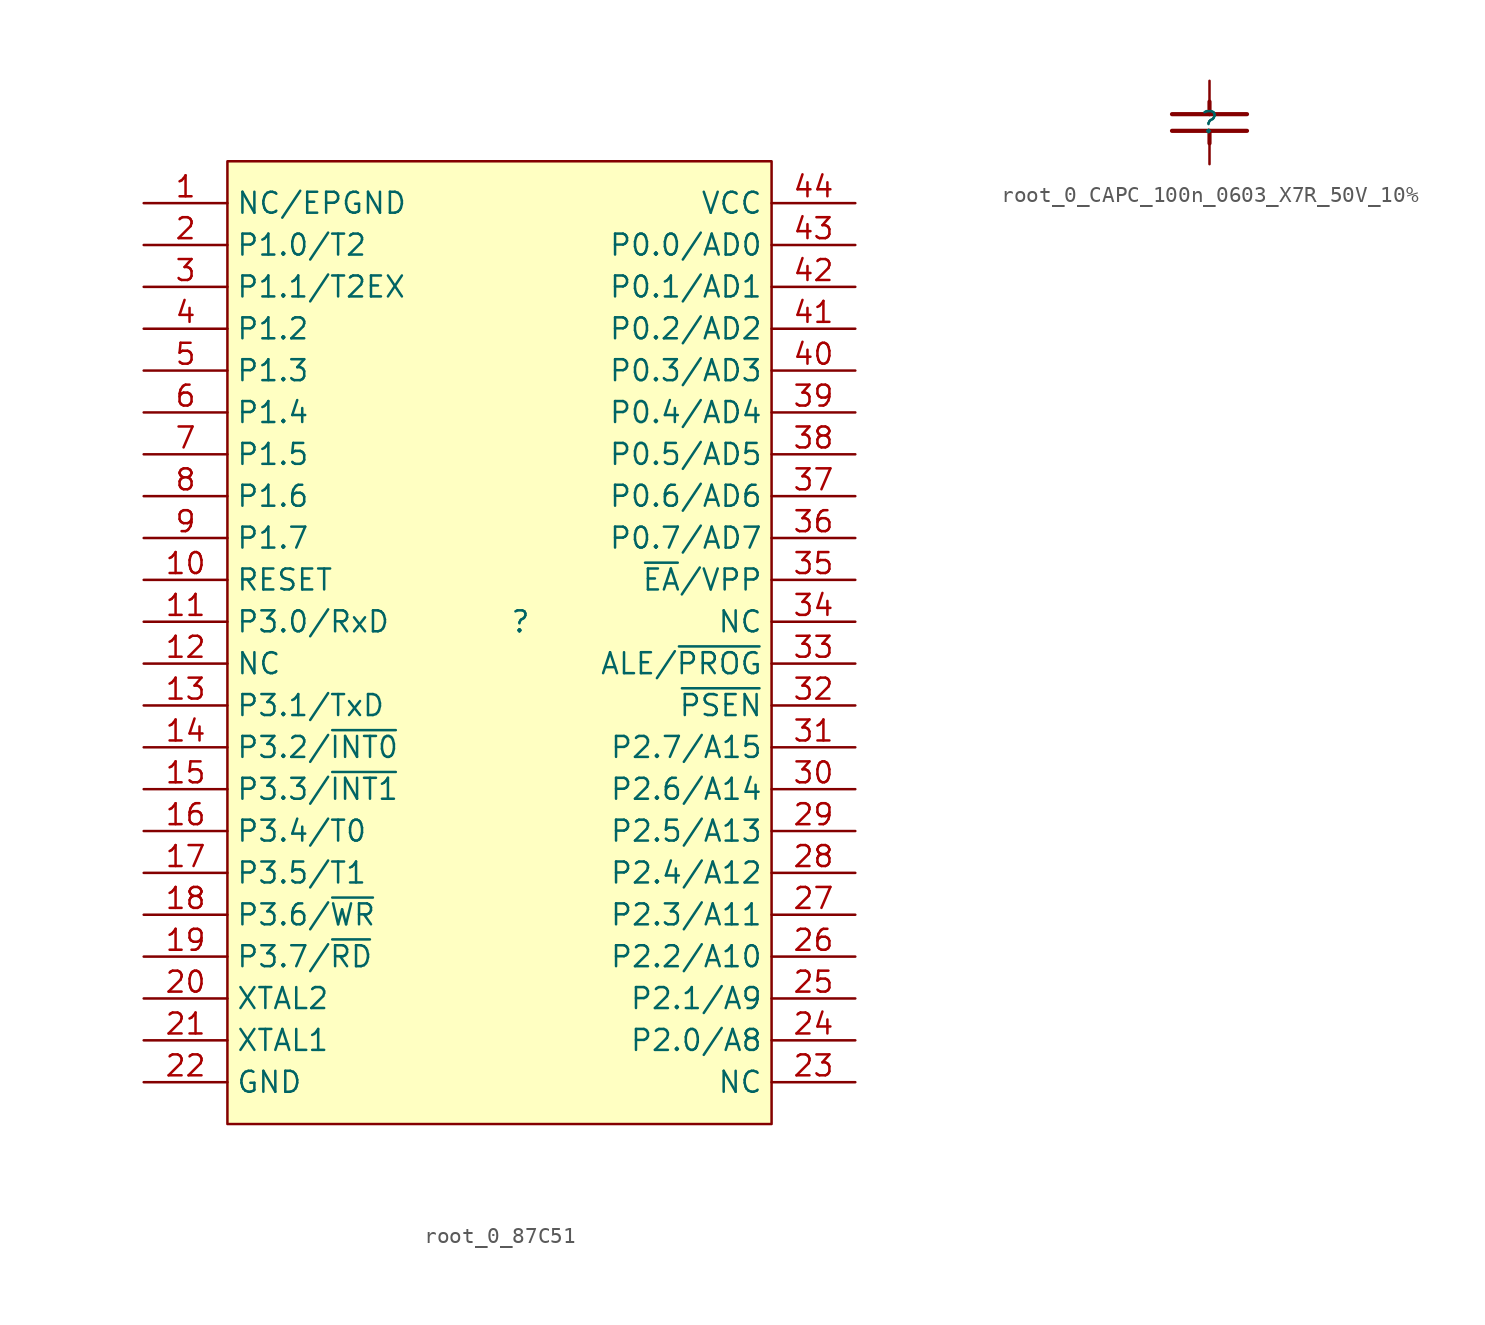
<source format=kicad_sym>
(kicad_symbol_lib
  (version 20220914)
  (generator kicad_symbol_editor)
  (symbol "root_0_87C51"
    (property "Reference" ""
      (at 0 0 0)
      (effects (font (size 1.27 1.27))))
    (property "Value" ""
      (at 0 0 0)
      (effects (font (size 1.27 1.27))))
    (symbol "root_0_87C51_1_0"
      (rectangle (start 15.24 27.94) (end -17.78 -30.48) (stroke (width 0) (type solid)) (fill (type background)))
      (pin passive line (at -22.86 25.4 0) (length 5.08) (name "NC/EPGND" (effects (font (size 1.27 1.27)))) (number "1" (effects (font (size 1.27 1.27)))))
      (pin input line (at -22.86 2.54 0) (length 5.08) (name "RESET" (effects (font (size 1.27 1.27)))) (number "10" (effects (font (size 1.27 1.27)))))
      (pin bidirectional line (at -22.86 0 0) (length 5.08) (name "P3.0/RxD" (effects (font (size 1.27 1.27)))) (number "11" (effects (font (size 1.27 1.27)))))
      (pin tri_state line (at -22.86 -2.54 0) (length 5.08) (name "NC" (effects (font (size 1.27 1.27)))) (number "12" (effects (font (size 1.27 1.27)))))
      (pin bidirectional line (at -22.86 -5.08 0) (length 5.08) (name "P3.1/TxD" (effects (font (size 1.27 1.27)))) (number "13" (effects (font (size 1.27 1.27)))))
      (pin bidirectional line (at -22.86 -7.62 0) (length 5.08) (name "P3.2/~{INT0}" (effects (font (size 1.27 1.27)))) (number "14" (effects (font (size 1.27 1.27)))))
      (pin bidirectional line (at -22.86 -10.16 0) (length 5.08) (name "P3.3/~{INT1}" (effects (font (size 1.27 1.27)))) (number "15" (effects (font (size 1.27 1.27)))))
      (pin bidirectional line (at -22.86 -12.7 0) (length 5.08) (name "P3.4/T0" (effects (font (size 1.27 1.27)))) (number "16" (effects (font (size 1.27 1.27)))))
      (pin bidirectional line (at -22.86 -15.24 0) (length 5.08) (name "P3.5/T1" (effects (font (size 1.27 1.27)))) (number "17" (effects (font (size 1.27 1.27)))))
      (pin bidirectional line (at -22.86 -17.78 0) (length 5.08) (name "P3.6/~{WR}" (effects (font (size 1.27 1.27)))) (number "18" (effects (font (size 1.27 1.27)))))
      (pin bidirectional line (at -22.86 -20.32 0) (length 5.08) (name "P3.7/~{RD}" (effects (font (size 1.27 1.27)))) (number "19" (effects (font (size 1.27 1.27)))))
      (pin bidirectional line (at -22.86 22.86 0) (length 5.08) (name "P1.0/T2" (effects (font (size 1.27 1.27)))) (number "2" (effects (font (size 1.27 1.27)))))
      (pin output line (at -22.86 -22.86 0) (length 5.08) (name "XTAL2" (effects (font (size 1.27 1.27)))) (number "20" (effects (font (size 1.27 1.27)))))
      (pin input line (at -22.86 -25.4 0) (length 5.08) (name "XTAL1" (effects (font (size 1.27 1.27)))) (number "21" (effects (font (size 1.27 1.27)))))
      (pin power_in line (at -22.86 -27.94 0) (length 5.08) (name "GND" (effects (font (size 1.27 1.27)))) (number "22" (effects (font (size 1.27 1.27)))))
      (pin tri_state line (at 20.32 -27.94 180) (length 5.08) (name "NC" (effects (font (size 1.27 1.27)))) (number "23" (effects (font (size 1.27 1.27)))))
      (pin bidirectional line (at 20.32 -25.4 180) (length 5.08) (name "P2.0/A8" (effects (font (size 1.27 1.27)))) (number "24" (effects (font (size 1.27 1.27)))))
      (pin bidirectional line (at 20.32 -22.86 180) (length 5.08) (name "P2.1/A9" (effects (font (size 1.27 1.27)))) (number "25" (effects (font (size 1.27 1.27)))))
      (pin bidirectional line (at 20.32 -20.32 180) (length 5.08) (name "P2.2/A10" (effects (font (size 1.27 1.27)))) (number "26" (effects (font (size 1.27 1.27)))))
      (pin bidirectional line (at 20.32 -17.78 180) (length 5.08) (name "P2.3/A11" (effects (font (size 1.27 1.27)))) (number "27" (effects (font (size 1.27 1.27)))))
      (pin bidirectional line (at 20.32 -15.24 180) (length 5.08) (name "P2.4/A12" (effects (font (size 1.27 1.27)))) (number "28" (effects (font (size 1.27 1.27)))))
      (pin bidirectional line (at 20.32 -12.7 180) (length 5.08) (name "P2.5/A13" (effects (font (size 1.27 1.27)))) (number "29" (effects (font (size 1.27 1.27)))))
      (pin bidirectional line (at -22.86 20.32 0) (length 5.08) (name "P1.1/T2EX" (effects (font (size 1.27 1.27)))) (number "3" (effects (font (size 1.27 1.27)))))
      (pin bidirectional line (at 20.32 -10.16 180) (length 5.08) (name "P2.6/A14" (effects (font (size 1.27 1.27)))) (number "30" (effects (font (size 1.27 1.27)))))
      (pin bidirectional line (at 20.32 -7.62 180) (length 5.08) (name "P2.7/A15" (effects (font (size 1.27 1.27)))) (number "31" (effects (font (size 1.27 1.27)))))
      (pin output line (at 20.32 -5.08 180) (length 5.08) (name "~{PSEN}" (effects (font (size 1.27 1.27)))) (number "32" (effects (font (size 1.27 1.27)))))
      (pin output line (at 20.32 -2.54 180) (length 5.08) (name "ALE/~{PROG}" (effects (font (size 1.27 1.27)))) (number "33" (effects (font (size 1.27 1.27)))))
      (pin tri_state line (at 20.32 0 180) (length 5.08) (name "NC" (effects (font (size 1.27 1.27)))) (number "34" (effects (font (size 1.27 1.27)))))
      (pin input line (at 20.32 2.54 180) (length 5.08) (name "~{EA}/VPP" (effects (font (size 1.27 1.27)))) (number "35" (effects (font (size 1.27 1.27)))))
      (pin bidirectional line (at 20.32 5.08 180) (length 5.08) (name "P0.7/AD7" (effects (font (size 1.27 1.27)))) (number "36" (effects (font (size 1.27 1.27)))))
      (pin bidirectional line (at 20.32 7.62 180) (length 5.08) (name "P0.6/AD6" (effects (font (size 1.27 1.27)))) (number "37" (effects (font (size 1.27 1.27)))))
      (pin bidirectional line (at 20.32 10.16 180) (length 5.08) (name "P0.5/AD5" (effects (font (size 1.27 1.27)))) (number "38" (effects (font (size 1.27 1.27)))))
      (pin bidirectional line (at 20.32 12.7 180) (length 5.08) (name "P0.4/AD4" (effects (font (size 1.27 1.27)))) (number "39" (effects (font (size 1.27 1.27)))))
      (pin bidirectional line (at -22.86 17.78 0) (length 5.08) (name "P1.2" (effects (font (size 1.27 1.27)))) (number "4" (effects (font (size 1.27 1.27)))))
      (pin bidirectional line (at 20.32 15.24 180) (length 5.08) (name "P0.3/AD3" (effects (font (size 1.27 1.27)))) (number "40" (effects (font (size 1.27 1.27)))))
      (pin bidirectional line (at 20.32 17.78 180) (length 5.08) (name "P0.2/AD2" (effects (font (size 1.27 1.27)))) (number "41" (effects (font (size 1.27 1.27)))))
      (pin bidirectional line (at 20.32 20.32 180) (length 5.08) (name "P0.1/AD1" (effects (font (size 1.27 1.27)))) (number "42" (effects (font (size 1.27 1.27)))))
      (pin bidirectional line (at 20.32 22.86 180) (length 5.08) (name "P0.0/AD0" (effects (font (size 1.27 1.27)))) (number "43" (effects (font (size 1.27 1.27)))))
      (pin power_in line (at 20.32 25.4 180) (length 5.08) (name "VCC" (effects (font (size 1.27 1.27)))) (number "44" (effects (font (size 1.27 1.27)))))
      (pin bidirectional line (at -22.86 15.24 0) (length 5.08) (name "P1.3" (effects (font (size 1.27 1.27)))) (number "5" (effects (font (size 1.27 1.27)))))
      (pin bidirectional line (at -22.86 12.7 0) (length 5.08) (name "P1.4" (effects (font (size 1.27 1.27)))) (number "6" (effects (font (size 1.27 1.27)))))
      (pin bidirectional line (at -22.86 10.16 0) (length 5.08) (name "P1.5" (effects (font (size 1.27 1.27)))) (number "7" (effects (font (size 1.27 1.27)))))
      (pin bidirectional line (at -22.86 7.62 0) (length 5.08) (name "P1.6" (effects (font (size 1.27 1.27)))) (number "8" (effects (font (size 1.27 1.27)))))
      (pin bidirectional line (at -22.86 5.08 0) (length 5.08) (name "P1.7" (effects (font (size 1.27 1.27)))) (number "9" (effects (font (size 1.27 1.27)))))))
  (symbol "root_0_CAPC_100n_0603_X7R_50V_10%"
    (property "Reference" ""
      (at 0 0 0)
      (effects (font (size 1.27 1.27))))
    (property "Value" ""
      (at 0 0 0)
      (effects (font (size 1.27 1.27))))
    (symbol "root_0_CAPC_100n_0603_X7R_50V_10%_1_0"
      (polyline (pts (xy -2.286 -0.508) (xy 2.286 -0.508)) (stroke (width 0.254) (type solid)) (fill (type none)))
      (polyline (pts (xy -2.286 0.508) (xy 2.286 0.508)) (stroke (width 0.254) (type solid)) (fill (type none)))
      (polyline (pts (xy 0 -0.508) (xy 0 -1.27)) (stroke (width 0.254) (type solid)) (fill (type none)))
      (polyline (pts (xy 0 1.27) (xy 0 0.508)) (stroke (width 0.254) (type solid)) (fill (type none)))
      (pin passive line (at 0 2.54 270) (length 1.27) (name "" (effects (font (size 0 0)))) (number "1" (effects (font (size 0 0)))))
      (pin passive line (at 0 -2.54 90) (length 1.27) (name "" (effects (font (size 0 0)))) (number "2" (effects (font (size 0 0))))))))
</source>
